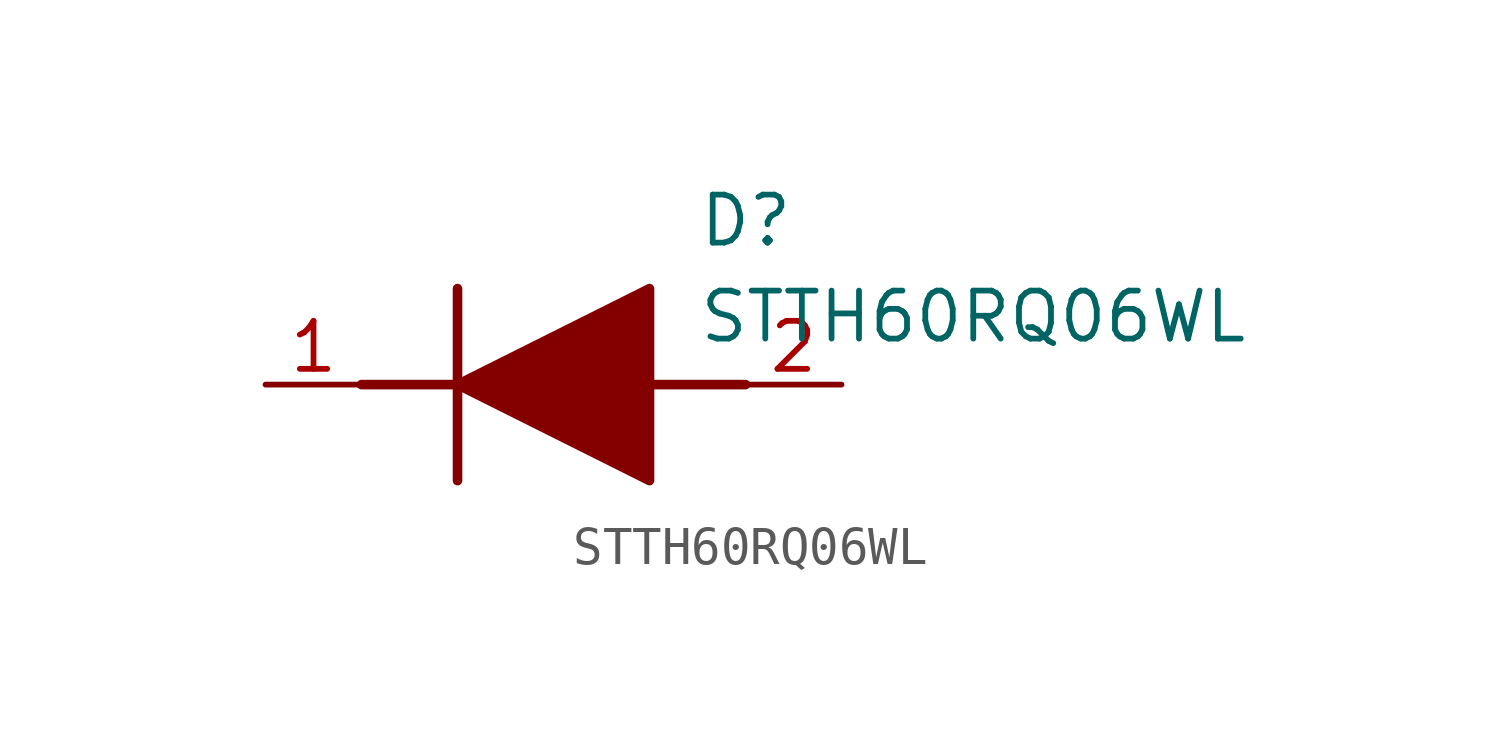
<source format=kicad_sym>
(kicad_symbol_lib
  (version 20211014)
  (generator SamacSys_ECAD_Model)
  (symbol "STTH60RQ06WL"
    (pin_names hide)
    (property "Reference" "D"
      (at 11.43 5.08 0)
      (effects (font (size 1.27 1.27)) (justify left top)))
    (property "Value" "STTH60RQ06WL"
      (at 11.43 2.54 0)
      (effects (font (size 1.27 1.27)) (justify left top)))
    (polyline
      (pts (xy 5.08 2.54) (xy 5.08 -2.54))
      (stroke (width 0.254) (type default))
      (fill (type none)))
    (polyline
      (pts (xy 2.54 0) (xy 5.08 0))
      (stroke (width 0.254) (type default))
      (fill (type none)))
    (polyline
      (pts (xy 10.16 0) (xy 12.7 0))
      (stroke (width 0.254) (type default))
      (fill (type none)))
    (polyline
      (pts (xy 5.08 0) (xy 10.16 2.54) (xy 10.16 -2.54) (xy 5.08 0))
      (stroke (width 0.254) (type default))
      (fill (type outline)))
    (pin passive line
      (at 0 0 0)
      (length 2.54)
      (name "K" (effects (font (size 1.27 1.27))))
      (number "1" (effects (font (size 1.27 1.27)))))
    (pin passive line
      (at 15.24 0 180)
      (length 2.54)
      (name "A" (effects (font (size 1.27 1.27))))
      (number "2" (effects (font (size 1.27 1.27)))))))
</source>
